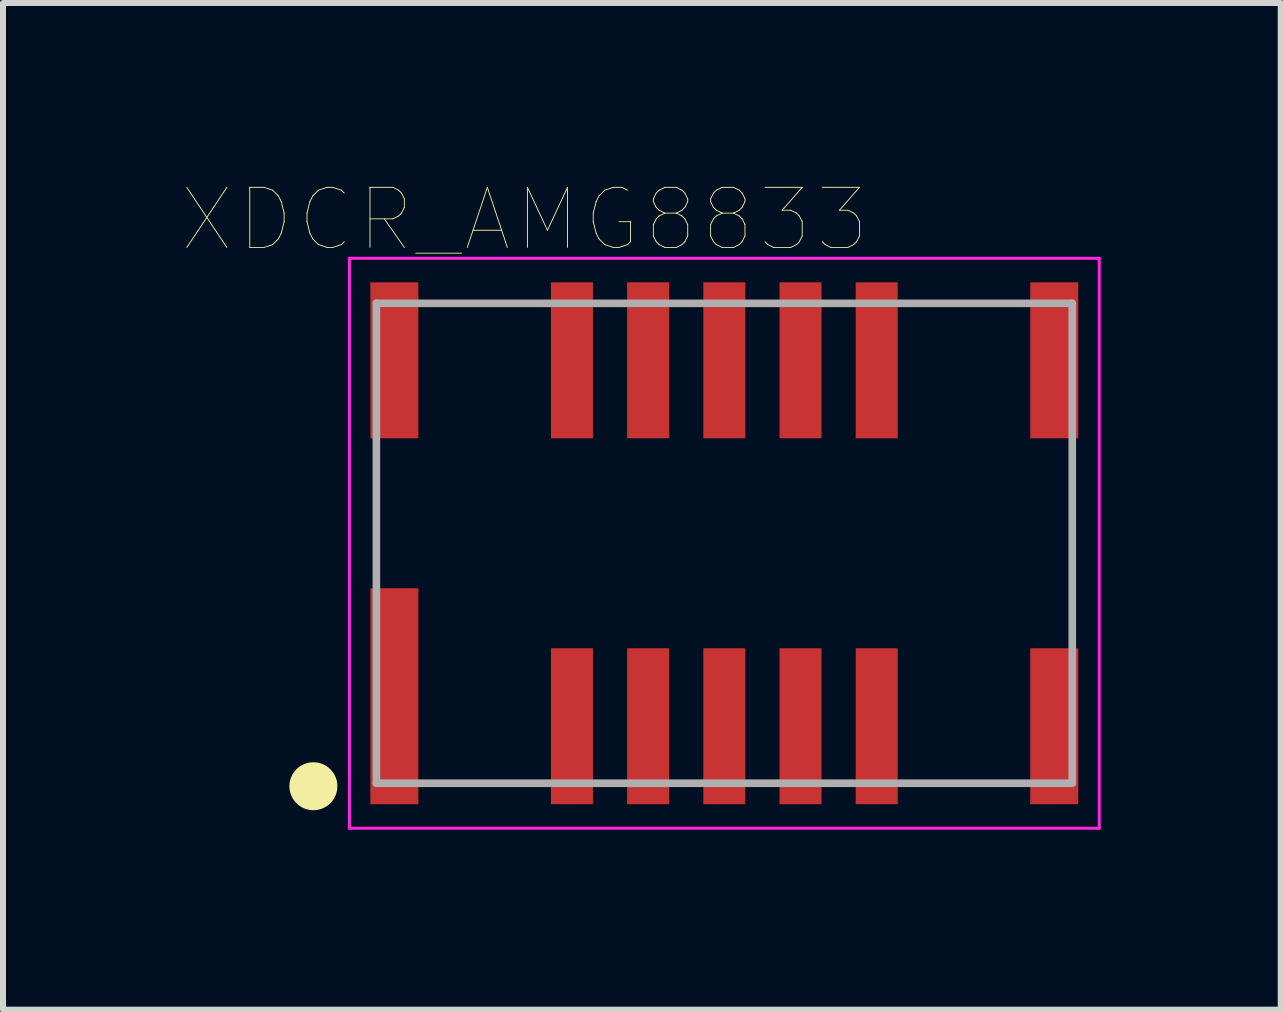
<source format=kicad_pcb>
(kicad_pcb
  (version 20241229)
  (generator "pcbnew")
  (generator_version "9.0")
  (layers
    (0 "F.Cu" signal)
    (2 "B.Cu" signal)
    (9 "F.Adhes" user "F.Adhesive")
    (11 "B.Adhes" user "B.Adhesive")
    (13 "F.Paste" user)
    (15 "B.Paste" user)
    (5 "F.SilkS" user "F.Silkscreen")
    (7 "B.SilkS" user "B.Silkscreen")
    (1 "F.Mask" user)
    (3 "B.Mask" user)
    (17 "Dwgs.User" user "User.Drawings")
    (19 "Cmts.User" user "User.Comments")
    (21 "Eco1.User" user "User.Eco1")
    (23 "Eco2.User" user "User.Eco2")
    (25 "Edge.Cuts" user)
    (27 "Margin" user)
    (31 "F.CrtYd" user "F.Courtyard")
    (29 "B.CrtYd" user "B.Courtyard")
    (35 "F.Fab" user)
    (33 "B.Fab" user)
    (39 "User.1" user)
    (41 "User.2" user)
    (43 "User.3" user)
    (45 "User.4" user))
  (footprint "XDCR_AMG8833"
    (layer "F.Cu")
    (at 9.024 6.006)
    (property "Reference" "XDCR_AMG8833" (at -3.33 -5.394 0) (layer "F.SilkS") (effects (font (size 1.002 1.002) (thickness 0.015))))
    (attr through_hole)
    (fp_circle (center -6.85 4.05) (end -6.45 4.05) (stroke (width 0) (type solid)) (fill yes) (layer "F.SilkS"))
    (fp_line (start -6.25 -4.75) (end -6.25 4.75) (stroke (width 0.05) (type solid)) (layer "F.CrtYd"))
    (fp_line (start -6.25 4.75) (end 6.25 4.75) (stroke (width 0.05) (type solid)) (layer "F.CrtYd"))
    (fp_line (start 6.25 -4.75) (end -6.25 -4.75) (stroke (width 0.05) (type solid)) (layer "F.CrtYd"))
    (fp_line (start 6.25 4.75) (end 6.25 -4.75) (stroke (width 0.05) (type solid)) (layer "F.CrtYd"))
    (fp_line (start -5.8 -4) (end -5.8 4) (stroke (width 0.127) (type solid)) (layer "F.Fab"))
    (fp_line (start -5.8 4) (end 5.8 4) (stroke (width 0.127) (type solid)) (layer "F.Fab"))
    (fp_line (start 5.8 -4) (end -5.8 -4) (stroke (width 0.127) (type solid)) (layer "F.Fab"))
    (fp_line (start 5.8 4) (end 5.8 -4) (stroke (width 0.127) (type solid)) (layer "F.Fab"))
    (pad "1" smd rect (at -5.5 2.55) (size 0.8 3.6) (layers "F.Cu" "F.Mask" "F.Paste"))
    (pad "2" smd rect (at -2.54 3.05) (size 0.7 2.6) (layers "F.Cu" "F.Mask" "F.Paste"))
    (pad "3" smd rect (at -1.27 3.05) (size 0.7 2.6) (layers "F.Cu" "F.Mask" "F.Paste"))
    (pad "4" smd rect (at 0 3.05) (size 0.7 2.6) (layers "F.Cu" "F.Mask" "F.Paste"))
    (pad "5" smd rect (at 1.27 3.05) (size 0.7 2.6) (layers "F.Cu" "F.Mask" "F.Paste"))
    (pad "6" smd rect (at 2.54 3.05) (size 0.7 2.6) (layers "F.Cu" "F.Mask" "F.Paste"))
    (pad "7" smd rect (at 5.5 3.05) (size 0.8 2.6) (layers "F.Cu" "F.Mask" "F.Paste"))
    (pad "8" smd rect (at 5.5 -3.05) (size 0.8 2.6) (layers "F.Cu" "F.Mask" "F.Paste"))
    (pad "9" smd rect (at 2.54 -3.05) (size 0.7 2.6) (layers "F.Cu" "F.Mask" "F.Paste"))
    (pad "10" smd rect (at 1.27 -3.05) (size 0.7 2.6) (layers "F.Cu" "F.Mask" "F.Paste"))
    (pad "11" smd rect (at 0 -3.05) (size 0.7 2.6) (layers "F.Cu" "F.Mask" "F.Paste"))
    (pad "12" smd rect (at -1.27 -3.05) (size 0.7 2.6) (layers "F.Cu" "F.Mask" "F.Paste"))
    (pad "13" smd rect (at -2.54 -3.05) (size 0.7 2.6) (layers "F.Cu" "F.Mask" "F.Paste"))
    (pad "14" smd rect (at -5.5 -3.05) (size 0.8 2.6) (layers "F.Cu" "F.Mask" "F.Paste")))
  (gr_rect
    (start -3 -3)
    (end 18.299 13.781)
    (stroke (width 0.1) (type default))
    (fill no)
    (layer "Edge.Cuts")))
</source>
